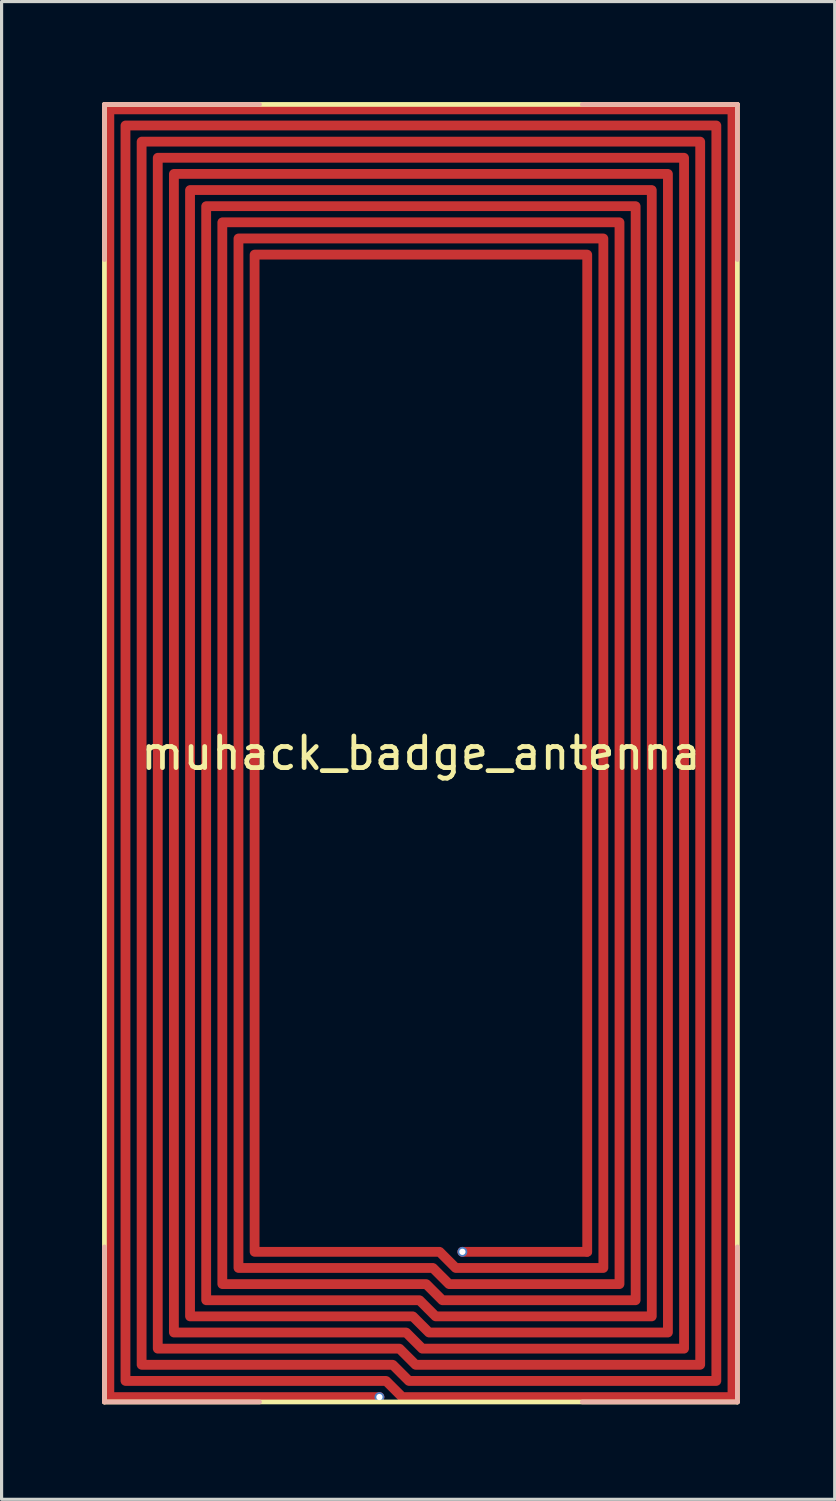
<source format=kicad_pcb>
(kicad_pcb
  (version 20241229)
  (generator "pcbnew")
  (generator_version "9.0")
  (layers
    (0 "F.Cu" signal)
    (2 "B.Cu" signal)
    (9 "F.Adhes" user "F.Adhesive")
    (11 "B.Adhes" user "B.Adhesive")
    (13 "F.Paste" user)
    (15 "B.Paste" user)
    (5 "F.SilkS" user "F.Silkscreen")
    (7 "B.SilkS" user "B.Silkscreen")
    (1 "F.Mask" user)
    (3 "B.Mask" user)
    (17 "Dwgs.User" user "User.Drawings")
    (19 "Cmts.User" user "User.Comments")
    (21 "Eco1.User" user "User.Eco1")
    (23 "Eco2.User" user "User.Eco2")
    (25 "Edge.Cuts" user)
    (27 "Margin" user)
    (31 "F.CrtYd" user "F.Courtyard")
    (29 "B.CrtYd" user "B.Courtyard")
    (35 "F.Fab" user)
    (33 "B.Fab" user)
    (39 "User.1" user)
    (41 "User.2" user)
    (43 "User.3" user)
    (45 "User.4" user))
  (footprint "muhack_badge_antenna"
    (layer "F.Cu")
    (at 0.25 0.25)
    (property "Reference" "muhack_badge_antenna" (at 10 20.5 0) (layer "F.SilkS") (effects (font (size 1 1) (thickness 0.15))))
    (attr through_hole)
    (fp_line (start 0 0) (end 20 0) (stroke (width 0.15) (type solid)) (layer "F.SilkS"))
    (fp_line (start 0 41) (end 0 0) (stroke (width 0.15) (type solid)) (layer "F.SilkS"))
    (fp_line (start 20 0) (end 20 41) (stroke (width 0.15) (type solid)) (layer "F.SilkS"))
    (fp_line (start 20 41) (end 0 41) (stroke (width 0.15) (type solid)) (layer "F.SilkS"))
    (fp_line (start 0 0) (end 0 4.9) (stroke (width 0.15) (type solid)) (layer "B.SilkS"))
    (fp_line (start 0 0) (end 4.9 0) (stroke (width 0.15) (type solid)) (layer "B.SilkS"))
    (fp_line (start 0 41) (end 0 36.1) (stroke (width 0.15) (type solid)) (layer "B.SilkS"))
    (fp_line (start 0 41) (end 4.9 41) (stroke (width 0.15) (type solid)) (layer "B.SilkS"))
    (fp_line (start 20 0) (end 15.1 0) (stroke (width 0.15) (type solid)) (layer "B.SilkS"))
    (fp_line (start 20 0) (end 20 4.9) (stroke (width 0.15) (type solid)) (layer "B.SilkS"))
    (fp_line (start 20 41) (end 15.1 41) (stroke (width 0.15) (type solid)) (layer "B.SilkS"))
    (fp_line (start 20 41) (end 20 36.1) (stroke (width 0.15) (type solid)) (layer "B.SilkS"))
    (pad "1" thru_hole circle (at 8.689 40.845) (size 0.31 0.31) (drill 0.2) (layers "*.Cu" "*.Mask"))
    (pad "1" smd custom (at 8.689 40.845) (size 0.31 0.31) (layers "F.Cu") (options (anchor circle)) (primitives (gr_line (start 0 0) (end -8.534 0) (width 0.31)) (gr_line (start -8.534 0) (end -8.534 -40.69) (width 0.31)) (gr_line (start -8.534 -40.69) (end 11.156 -40.69) (width 0.31)) (gr_line (start 11.156 -40.69) (end 11.156 0) (width 0.31)) (gr_line (start 11.156 0) (end 0.721 0) (width 0.31)) (gr_line (start 0.721 0) (end 0.211 -0.51) (width 0.31)) (gr_line (start 0.211 -0.51) (end -8.024 -0.51) (width 0.31)) (gr_line (start -8.024 -0.51) (end -8.024 -40.18) (width 0.31)) (gr_line (start -8.024 -40.18) (end 10.646 -40.18) (width 0.31)) (gr_line (start 10.646 -40.18) (end 10.646 -0.51) (width 0.31)) (gr_line (start 10.646 -0.51) (end 0.932 -0.51) (width 0.31)) (gr_line (start 0.932 -0.51) (end 0.422 -1.02) (width 0.31)) (gr_line (start 0.422 -1.02) (end -7.514 -1.02) (width 0.31)) (gr_line (start -7.514 -1.02) (end -7.514 -39.67) (width 0.31)) (gr_line (start -7.514 -39.67) (end 10.136 -39.67) (width 0.31)) (gr_line (start 10.136 -39.67) (end 10.136 -1.02) (width 0.31)) (gr_line (start 10.136 -1.02) (end 1.144 -1.02) (width 0.31)) (gr_line (start 1.144 -1.02) (end 0.634 -1.53) (width 0.31)) (gr_line (start 0.634 -1.53) (end -7.004 -1.53) (width 0.31)) (gr_line (start -7.004 -1.53) (end -7.004 -39.16) (width 0.31)) (gr_line (start -7.004 -39.16) (end 9.626 -39.16) (width 0.31)) (gr_line (start 9.626 -39.16) (end 9.626 -1.53) (width 0.31)) (gr_line (start 9.626 -1.53) (end 1.355 -1.53) (width 0.31)) (gr_line (start 1.355 -1.53) (end 0.845 -2.04) (width 0.31)) (gr_line (start 0.845 -2.04) (end -6.494 -2.04) (width 0.31)) (gr_line (start -6.494 -2.04) (end -6.494 -38.65) (width 0.31)) (gr_line (start -6.494 -38.65) (end 9.116 -38.65) (width 0.31)) (gr_line (start 9.116 -38.65) (end 9.116 -2.04) (width 0.31)) (gr_line (start 9.116 -2.04) (end 1.566 -2.04) (width 0.31)) (gr_line (start 1.566 -2.04) (end 1.056 -2.55) (width 0.31)) (gr_line (start 1.056 -2.55) (end -5.984 -2.55) (width 0.31)) (gr_line (start -5.984 -2.55) (end -5.984 -38.14) (width 0.31)) (gr_line (start -5.984 -38.14) (end 8.606 -38.14) (width 0.31)) (gr_line (start 8.606 -38.14) (end 8.606 -2.55) (width 0.31)) (gr_line (start 8.606 -2.55) (end 1.777 -2.55) (width 0.31)) (gr_line (start 1.777 -2.55) (end 1.267 -3.06) (width 0.31)) (gr_line (start 1.267 -3.06) (end -5.474 -3.06) (width 0.31)) (gr_line (start -5.474 -3.06) (end -5.474 -37.63) (width 0.31)) (gr_line (start -5.474 -37.63) (end 8.096 -37.63) (width 0.31)) (gr_line (start 8.096 -37.63) (end 8.096 -3.06) (width 0.31)) (gr_line (start 8.096 -3.06) (end 1.989 -3.06) (width 0.31)) (gr_line (start 1.989 -3.06) (end 1.479 -3.57) (width 0.31)) (gr_line (start 1.479 -3.57) (end -4.964 -3.57) (width 0.31)) (gr_line (start -4.964 -3.57) (end -4.964 -37.12) (width 0.31)) (gr_line (start -4.964 -37.12) (end 7.586 -37.12) (width 0.31)) (gr_line (start 7.586 -37.12) (end 7.586 -3.57) (width 0.31)) (gr_line (start 7.586 -3.57) (end 2.2 -3.57) (width 0.31)) (gr_line (start 2.2 -3.57) (end 1.69 -4.08) (width 0.31)) (gr_line (start 1.69 -4.08) (end -4.454 -4.08) (width 0.31)) (gr_line (start -4.454 -4.08) (end -4.454 -36.61) (width 0.31)) (gr_line (start -4.454 -36.61) (end 7.076 -36.61) (width 0.31)) (gr_line (start 7.076 -36.61) (end 7.076 -4.08) (width 0.31)) (gr_line (start 7.076 -4.08) (end 2.411 -4.08) (width 0.31)) (gr_line (start 2.411 -4.08) (end 1.901 -4.59) (width 0.31)) (gr_line (start 1.901 -4.59) (end -3.944 -4.59) (width 0.31)) (gr_line (start -3.944 -4.59) (end -3.944 -36.1) (width 0.31)) (gr_line (start -3.944 -36.1) (end 6.566 -36.1) (width 0.31)) (gr_line (start 6.566 -36.1) (end 6.566 -4.59) (width 0.31))))
    (pad "2" thru_hole circle (at 11.311 36.255) (size 0.31 0.31) (drill 0.2) (layers "*.Cu" "*.Mask"))
    (pad "2" smd custom (at 11.311 36.255) (size 0.31 0.31) (layers "F.Cu") (options (anchor circle)) (primitives (gr_line (start 0 0) (end 3.944 0) (width 0.31)))))
  (gr_rect
    (start -3 -3)
    (end 23.325 44.325)
    (stroke (width 0.1) (type default))
    (fill no)
    (layer "Edge.Cuts")))
</source>
